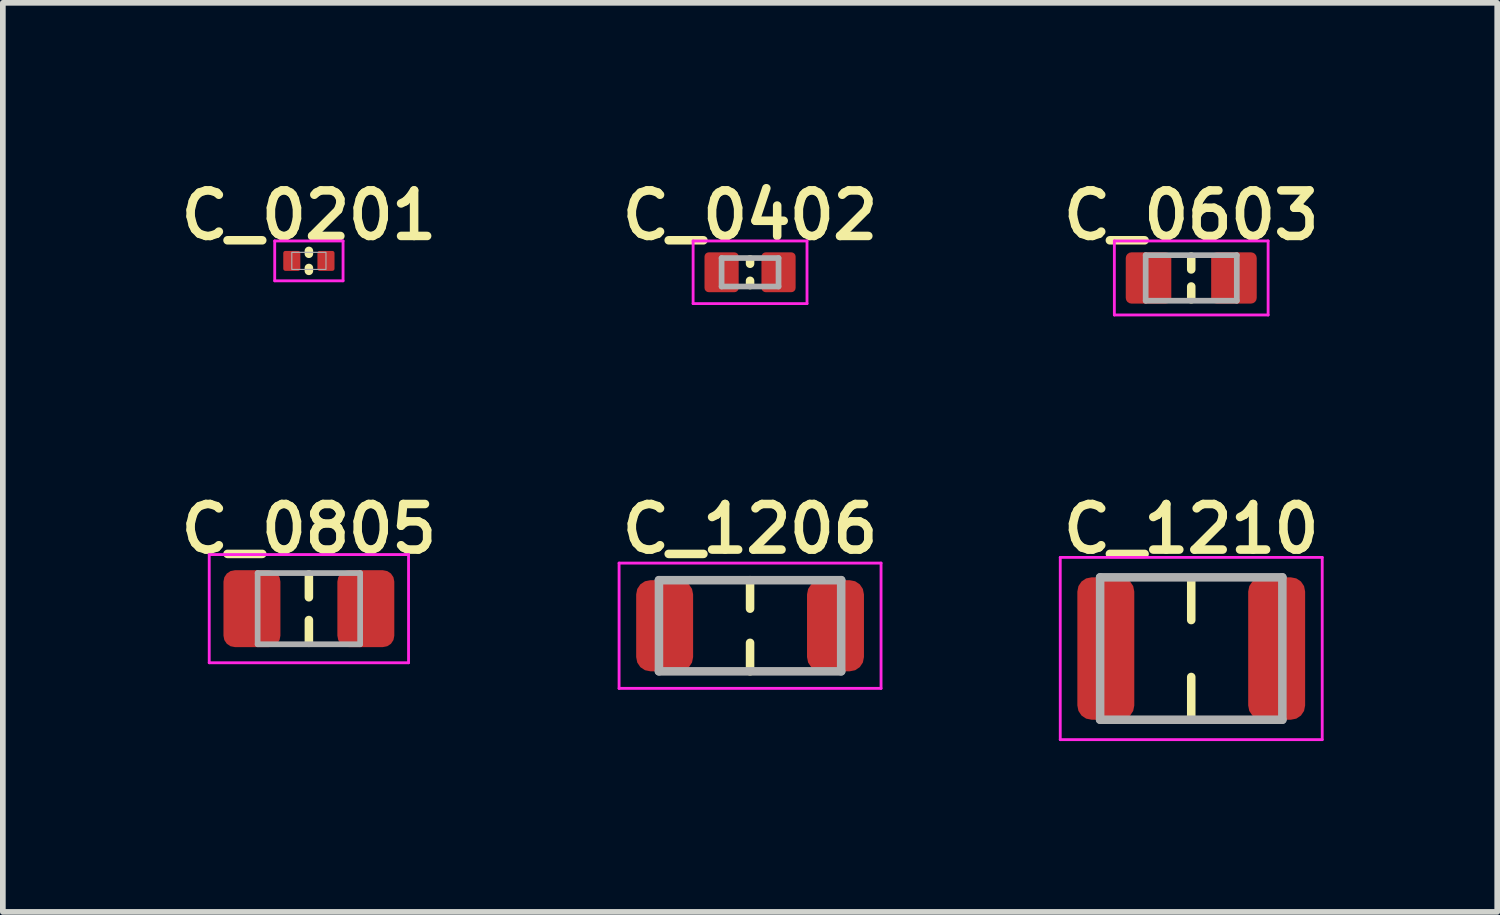
<source format=kicad_pcb>
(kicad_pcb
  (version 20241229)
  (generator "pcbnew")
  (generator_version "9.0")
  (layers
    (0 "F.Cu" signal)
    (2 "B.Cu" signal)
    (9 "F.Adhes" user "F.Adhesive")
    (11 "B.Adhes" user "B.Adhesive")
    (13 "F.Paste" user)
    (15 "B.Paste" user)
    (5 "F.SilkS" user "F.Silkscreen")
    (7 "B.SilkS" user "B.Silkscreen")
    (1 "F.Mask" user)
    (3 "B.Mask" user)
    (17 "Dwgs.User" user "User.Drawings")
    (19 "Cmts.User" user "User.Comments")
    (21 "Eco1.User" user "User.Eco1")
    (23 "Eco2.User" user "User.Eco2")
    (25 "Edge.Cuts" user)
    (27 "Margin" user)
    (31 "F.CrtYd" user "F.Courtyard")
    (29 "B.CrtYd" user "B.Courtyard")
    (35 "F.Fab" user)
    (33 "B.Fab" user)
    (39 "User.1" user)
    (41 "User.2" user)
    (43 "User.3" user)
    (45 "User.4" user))
  (footprint "C_0805"
    (layer "F.Cu")
    (at 2.374 7.638)
    (property "Reference" "C_0805" (at 0 -1.4 0) (layer "F.SilkS") (effects (font (size 0.8 0.8) (thickness 0.15))))
    (attr smd)
    (fp_line (start 0 -0.6) (end 0 -0.2) (stroke (width 0.15) (type solid)) (layer "F.SilkS"))
    (fp_line (start 0 0.6) (end 0 0.2) (stroke (width 0.15) (type solid)) (layer "F.SilkS"))
    (fp_line (start -1.75 -0.95) (end -1.75 0.95) (stroke (width 0.05) (type solid)) (layer "F.CrtYd"))
    (fp_line (start -1.75 -0.95) (end 1.75 -0.95) (stroke (width 0.05) (type solid)) (layer "F.CrtYd"))
    (fp_line (start -1.75 0.95) (end 1.75 0.95) (stroke (width 0.05) (type solid)) (layer "F.CrtYd"))
    (fp_line (start 1.75 -0.95) (end 1.75 0.95) (stroke (width 0.05) (type solid)) (layer "F.CrtYd"))
    (fp_line (start -0.9 -0.625) (end 0.9 -0.625) (stroke (width 0.1) (type solid)) (layer "F.Fab"))
    (fp_line (start -0.9 0.625) (end -0.9 -0.625) (stroke (width 0.1) (type solid)) (layer "F.Fab"))
    (fp_line (start 0.9 -0.625) (end 0.9 0.625) (stroke (width 0.1) (type solid)) (layer "F.Fab"))
    (fp_line (start 0.9 0.625) (end -0.9 0.625) (stroke (width 0.1) (type solid)) (layer "F.Fab"))
    (pad "1" smd roundrect (at -1 0) (size 1 1.35) (layers "F.Cu" "F.Mask" "F.Paste") (roundrect_rratio 0.2))
    (pad "2" smd roundrect (at 1 0) (size 1 1.35) (layers "F.Cu" "F.Mask" "F.Paste") (roundrect_rratio 0.2)))
  (footprint "C_0402"
    (layer "F.Cu")
    (at 10.121 1.731)
    (property "Reference" "C_0402" (at 0 -1 0) (layer "F.SilkS") (effects (font (size 0.8 0.8) (thickness 0.15))))
    (attr smd)
    (fp_line (start 0 -0.225) (end 0 -0.15) (stroke (width 0.15) (type solid)) (layer "F.SilkS"))
    (fp_line (start 0 0.225) (end 0 0.15) (stroke (width 0.15) (type solid)) (layer "F.SilkS"))
    (fp_line (start -1 -0.55) (end -1 0.55) (stroke (width 0.05) (type solid)) (layer "F.CrtYd"))
    (fp_line (start -1 -0.55) (end 1 -0.55) (stroke (width 0.05) (type solid)) (layer "F.CrtYd"))
    (fp_line (start -1 0.55) (end 1 0.55) (stroke (width 0.05) (type solid)) (layer "F.CrtYd"))
    (fp_line (start 1 -0.55) (end 1 0.55) (stroke (width 0.05) (type solid)) (layer "F.CrtYd"))
    (fp_line (start -0.5 -0.25) (end 0.5 -0.25) (stroke (width 0.1) (type solid)) (layer "F.Fab"))
    (fp_line (start -0.5 0.25) (end -0.5 -0.25) (stroke (width 0.1) (type solid)) (layer "F.Fab"))
    (fp_line (start 0.5 -0.25) (end 0.5 0.25) (stroke (width 0.1) (type solid)) (layer "F.Fab"))
    (fp_line (start 0.5 0.25) (end -0.5 0.25) (stroke (width 0.1) (type solid)) (layer "F.Fab"))
    (pad "1" smd roundrect (at -0.5 0) (size 0.6 0.7) (layers "F.Cu" "F.Mask" "F.Paste") (roundrect_rratio 0.125))
    (pad "2" smd roundrect (at 0.5 0) (size 0.6 0.7) (layers "F.Cu" "F.Mask" "F.Paste") (roundrect_rratio 0.125)))
  (footprint "C_0603"
    (layer "F.Cu")
    (at 17.868 1.831)
    (property "Reference" "C_0603" (at 0 -1.1 0) (layer "F.SilkS") (effects (font (size 0.8 0.8) (thickness 0.15))))
    (attr smd)
    (fp_line (start 0 -0.15) (end 0 -0.375) (stroke (width 0.15) (type solid)) (layer "F.SilkS"))
    (fp_line (start 0 0.375) (end 0 0.15) (stroke (width 0.15) (type solid)) (layer "F.SilkS"))
    (fp_line (start -1.35 -0.65) (end -1.35 0.65) (stroke (width 0.05) (type solid)) (layer "F.CrtYd"))
    (fp_line (start -1.35 -0.65) (end 1.35 -0.65) (stroke (width 0.05) (type solid)) (layer "F.CrtYd"))
    (fp_line (start -1.35 0.65) (end 1.35 0.65) (stroke (width 0.05) (type solid)) (layer "F.CrtYd"))
    (fp_line (start 1.35 -0.65) (end 1.35 0.65) (stroke (width 0.05) (type solid)) (layer "F.CrtYd"))
    (fp_line (start -0.8 -0.4) (end 0.8 -0.4) (stroke (width 0.1) (type solid)) (layer "F.Fab"))
    (fp_line (start -0.8 0.4) (end -0.8 -0.4) (stroke (width 0.1) (type solid)) (layer "F.Fab"))
    (fp_line (start 0.8 -0.4) (end 0.8 0.4) (stroke (width 0.1) (type solid)) (layer "F.Fab"))
    (fp_line (start 0.8 0.4) (end -0.8 0.4) (stroke (width 0.1) (type solid)) (layer "F.Fab"))
    (pad "1" smd roundrect (at -0.75 0) (size 0.8 0.9) (layers "F.Cu" "F.Mask" "F.Paste") (roundrect_rratio 0.125))
    (pad "2" smd roundrect (at 0.75 0) (size 0.8 0.9) (layers "F.Cu" "F.Mask" "F.Paste") (roundrect_rratio 0.125)))
  (footprint "C_1206"
    (layer "F.Cu")
    (at 10.121 7.938)
    (property "Reference" "C_1206" (at 0 -1.7 0) (layer "F.SilkS") (effects (font (size 0.8 0.8) (thickness 0.15))))
    (attr smd)
    (fp_line (start 0 -0.3) (end 0 -0.8) (stroke (width 0.15) (type solid)) (layer "F.SilkS"))
    (fp_line (start 0 0.8) (end 0 0.3) (stroke (width 0.15) (type solid)) (layer "F.SilkS"))
    (fp_line (start -2.3 -1.1) (end -2.3 1.1) (stroke (width 0.05) (type solid)) (layer "F.CrtYd"))
    (fp_line (start -2.3 -1.1) (end 2.3 -1.1) (stroke (width 0.05) (type solid)) (layer "F.CrtYd"))
    (fp_line (start -2.3 1.1) (end 2.3 1.1) (stroke (width 0.05) (type solid)) (layer "F.CrtYd"))
    (fp_line (start 2.3 -1.1) (end 2.3 1.1) (stroke (width 0.05) (type solid)) (layer "F.CrtYd"))
    (fp_line (start -1.6 -0.8) (end 1.6 -0.8) (stroke (width 0.15) (type solid)) (layer "F.Fab"))
    (fp_line (start -1.6 0.8) (end -1.6 -0.8) (stroke (width 0.15) (type solid)) (layer "F.Fab"))
    (fp_line (start 1.6 -0.8) (end 1.6 0.8) (stroke (width 0.15) (type solid)) (layer "F.Fab"))
    (fp_line (start 1.6 0.8) (end -1.6 0.8) (stroke (width 0.15) (type solid)) (layer "F.Fab"))
    (pad "1" smd roundrect (at -1.5 0) (size 1 1.6) (layers "F.Cu" "F.Mask" "F.Paste") (roundrect_rratio 0.25))
    (pad "2" smd roundrect (at 1.5 0) (size 1 1.6) (layers "F.Cu" "F.Mask" "F.Paste") (roundrect_rratio 0.25)))
  (footprint "C_1210"
    (layer "F.Cu")
    (at 17.868 8.338)
    (property "Reference" "C_1210" (at 0 -2.1 0) (layer "F.SilkS") (effects (font (size 0.8 0.8) (thickness 0.15))))
    (attr smd)
    (fp_line (start 0 -1.2) (end 0 -0.5) (stroke (width 0.15) (type default)) (layer "F.SilkS"))
    (fp_line (start 0 1.2) (end 0 0.5) (stroke (width 0.15) (type default)) (layer "F.SilkS"))
    (fp_line (start -2.3 -1.6) (end -2.3 1.6) (stroke (width 0.05) (type solid)) (layer "F.CrtYd"))
    (fp_line (start -2.3 -1.6) (end 2.3 -1.6) (stroke (width 0.05) (type solid)) (layer "F.CrtYd"))
    (fp_line (start -2.3 1.6) (end 2.3 1.6) (stroke (width 0.05) (type solid)) (layer "F.CrtYd"))
    (fp_line (start 2.3 -1.6) (end 2.3 1.6) (stroke (width 0.05) (type solid)) (layer "F.CrtYd"))
    (fp_line (start -1.6 -1.25) (end 1.6 -1.25) (stroke (width 0.15) (type solid)) (layer "F.Fab"))
    (fp_line (start -1.6 1.25) (end -1.6 -1.25) (stroke (width 0.15) (type solid)) (layer "F.Fab"))
    (fp_line (start 1.6 -1.25) (end 1.6 1.25) (stroke (width 0.15) (type solid)) (layer "F.Fab"))
    (fp_line (start 1.6 1.25) (end -1.6 1.25) (stroke (width 0.15) (type solid)) (layer "F.Fab"))
    (pad "1" smd roundrect (at -1.5 0) (size 1 2.5) (layers "F.Cu" "F.Mask" "F.Paste") (roundrect_rratio 0.25))
    (pad "2" smd roundrect (at 1.5 0) (size 1 2.5) (layers "F.Cu" "F.Mask" "F.Paste") (roundrect_rratio 0.25)))
  (footprint "C_0201"
    (layer "F.Cu")
    (at 2.374 1.531)
    (property "Reference" "C_0201" (at 0 -0.8 0) (unlocked yes) (layer "F.SilkS") (effects (font (size 0.8 0.8) (thickness 0.15))))
    (attr smd)
    (fp_line (start 0 -0.175) (end 0 -0.125) (stroke (width 0.15) (type solid)) (layer "F.SilkS"))
    (fp_line (start 0 0.125) (end 0 0.175) (stroke (width 0.15) (type solid)) (layer "F.SilkS"))
    (fp_line (start -0.6 -0.35) (end 0.6 -0.35) (stroke (width 0.05) (type solid)) (layer "F.CrtYd"))
    (fp_line (start -0.6 0.35) (end -0.6 -0.35) (stroke (width 0.05) (type solid)) (layer "F.CrtYd"))
    (fp_line (start 0.6 -0.35) (end 0.6 0.35) (stroke (width 0.05) (type solid)) (layer "F.CrtYd"))
    (fp_line (start 0.6 0.35) (end -0.6 0.35) (stroke (width 0.05) (type solid)) (layer "F.CrtYd"))
    (fp_rect (start -0.3 -0.15) (end 0.3 0.15) (stroke (width 0.02) (type solid)) (fill no) (layer "F.Fab"))
    (pad "1" smd roundrect (at -0.3 0) (size 0.3 0.35) (layers "F.Cu" "F.Mask" "F.Paste") (roundrect_rratio 0.125))
    (pad "2" smd roundrect (at 0.3 0) (size 0.3 0.35) (layers "F.Cu" "F.Mask" "F.Paste") (roundrect_rratio 0.125)))
  (gr_rect
    (start -3 -3)
    (end 23.241 12.963)
    (stroke (width 0.1) (type default))
    (fill no)
    (layer "Edge.Cuts")))
</source>
